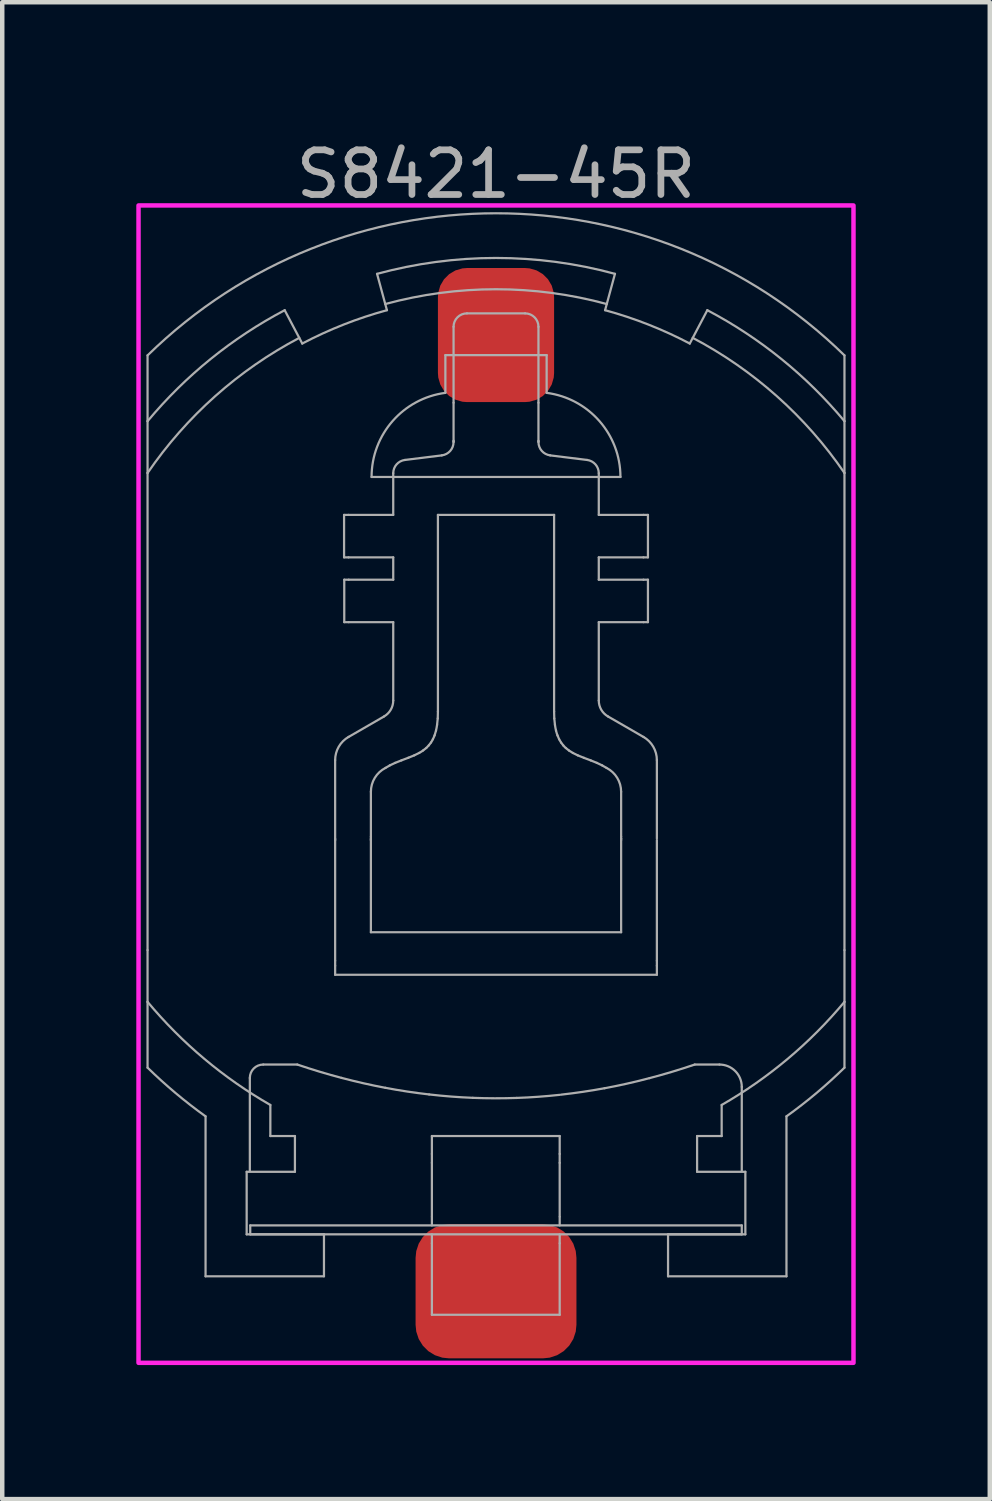
<source format=kicad_pcb>
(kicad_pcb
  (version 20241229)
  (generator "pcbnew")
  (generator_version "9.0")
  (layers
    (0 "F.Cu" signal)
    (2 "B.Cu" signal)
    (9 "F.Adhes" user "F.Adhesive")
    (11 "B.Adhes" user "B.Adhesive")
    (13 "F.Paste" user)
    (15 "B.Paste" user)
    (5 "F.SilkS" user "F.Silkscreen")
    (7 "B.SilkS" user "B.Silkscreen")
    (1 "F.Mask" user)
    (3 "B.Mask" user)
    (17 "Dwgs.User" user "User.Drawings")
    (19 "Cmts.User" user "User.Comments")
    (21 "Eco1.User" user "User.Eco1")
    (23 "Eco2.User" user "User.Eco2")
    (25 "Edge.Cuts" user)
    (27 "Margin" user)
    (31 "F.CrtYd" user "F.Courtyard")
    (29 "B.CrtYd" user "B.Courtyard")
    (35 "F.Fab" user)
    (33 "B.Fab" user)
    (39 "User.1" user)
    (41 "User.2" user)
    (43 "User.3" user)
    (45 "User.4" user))
  (footprint "S8421-45R"
    (layer "F.Cu")
    (at 8.05 12.948)
    (property "Reference" "S8421-45R" (at 0 -12.1 0) (unlocked yes) (layer "F.Fab") (effects (font (size 1 1) (thickness 0.15))))
    (attr smd)
    (fp_rect (start -8 14.5) (end 8 -11.4) (stroke (width 0.1) (type solid)) (fill no) (layer "F.CrtYd"))
    (fp_line (start -7.798 -8.045) (end -7.798 -6.573) (stroke (width 0.05) (type solid)) (layer "F.Fab"))
    (fp_line (start -7.798 -5.414) (end -7.798 -6.573) (stroke (width 0.05) (type solid)) (layer "F.Fab"))
    (fp_line (start -7.798 -5.414) (end -7.798 5.264) (stroke (width 0.05) (type solid)) (layer "F.Fab"))
    (fp_line (start -7.798 6.423) (end -7.798 5.264) (stroke (width 0.05) (type solid)) (layer "F.Fab"))
    (fp_line (start -7.798 6.423) (end -7.798 7.895) (stroke (width 0.05) (type solid)) (layer "F.Fab"))
    (fp_line (start -6.5 8.984) (end -6.5 12.564) (stroke (width 0.05) (type solid)) (layer "F.Fab"))
    (fp_line (start -6.5 12.564) (end -3.85 12.564) (stroke (width 0.05) (type solid)) (layer "F.Fab"))
    (fp_line (start -5.58 10.225) (end -5.58 11.625) (stroke (width 0.05) (type solid)) (layer "F.Fab"))
    (fp_line (start -5.58 11.625) (end -3.85 11.625) (stroke (width 0.05) (type solid)) (layer "F.Fab"))
    (fp_line (start -5.509 8.125) (end -5.509 10.2) (stroke (width 0.05) (type solid)) (layer "F.Fab"))
    (fp_line (start -5.5 11.425) (end -5.5 11.625) (stroke (width 0.05) (type solid)) (layer "F.Fab"))
    (fp_line (start -5.05 8.73) (end -5.05 9.425) (stroke (width 0.05) (type solid)) (layer "F.Fab"))
    (fp_line (start -5.05 9.425) (end -4.5 9.425) (stroke (width 0.05) (type solid)) (layer "F.Fab"))
    (fp_line (start -4.729 -9.056) (end -4.336 -8.31) (stroke (width 0.05) (type solid)) (layer "F.Fab"))
    (fp_line (start -4.5 9.425) (end -4.5 10.225) (stroke (width 0.05) (type solid)) (layer "F.Fab"))
    (fp_line (start -4.5 10.225) (end -5.58 10.225) (stroke (width 0.05) (type solid)) (layer "F.Fab"))
    (fp_line (start -4.447 7.825) (end -5.209 7.825) (stroke (width 0.05) (type solid)) (layer "F.Fab"))
    (fp_line (start -3.85 12.564) (end -3.85 11.625) (stroke (width 0.05) (type solid)) (layer "F.Fab"))
    (fp_line (start -3.6 1.013) (end -3.6 2.805) (stroke (width 0.05) (type solid)) (layer "F.Fab"))
    (fp_line (start -3.6 5.501) (end -3.6 2.773) (stroke (width 0.05) (type solid)) (layer "F.Fab"))
    (fp_line (start -3.6 5.614) (end -3.6 5.501) (stroke (width 0.05) (type solid)) (layer "F.Fab"))
    (fp_line (start -3.6 5.614) (end -3.6 5.816) (stroke (width 0.05) (type solid)) (layer "F.Fab"))
    (fp_line (start -3.4 -4.475) (end -3.4 -3.525) (stroke (width 0.05) (type solid)) (layer "F.Fab"))
    (fp_line (start -3.4 -4.475) (end -3.3 -4.475) (stroke (width 0.05) (type solid)) (layer "F.Fab"))
    (fp_line (start -3.396 -3.025) (end -3.396 -2.075) (stroke (width 0.05) (type solid)) (layer "F.Fab"))
    (fp_line (start -3.396 -3.025) (end -3.296 -3.025) (stroke (width 0.05) (type solid)) (layer "F.Fab"))
    (fp_line (start -3.3 -3.525) (end -3.4 -3.525) (stroke (width 0.05) (type solid)) (layer "F.Fab"))
    (fp_line (start -3.3 -3.525) (end -2.3 -3.525) (stroke (width 0.05) (type solid)) (layer "F.Fab"))
    (fp_line (start -3.296 -2.075) (end -3.396 -2.075) (stroke (width 0.05) (type solid)) (layer "F.Fab"))
    (fp_line (start -3.296 -2.075) (end -2.3 -2.075) (stroke (width 0.05) (type solid)) (layer "F.Fab"))
    (fp_line (start -2.8 2.727) (end -2.8 1.721) (stroke (width 0.05) (type solid)) (layer "F.Fab"))
    (fp_line (start -2.8 2.773) (end -2.8 4.864) (stroke (width 0.05) (type solid)) (layer "F.Fab"))
    (fp_line (start -2.8 2.805) (end -2.8 2.727) (stroke (width 0.05) (type solid)) (layer "F.Fab"))
    (fp_line (start -2.505 0.035) (end -3.3 0.494) (stroke (width 0.05) (type solid)) (layer "F.Fab"))
    (fp_line (start -2.441 -9.056) (end -2.662 -9.87) (stroke (width 0.05) (type solid)) (layer "F.Fab"))
    (fp_line (start -2.3 -5.407) (end -2.3 -4.475) (stroke (width 0.05) (type solid)) (layer "F.Fab"))
    (fp_line (start -2.3 -4.475) (end -3.3 -4.475) (stroke (width 0.05) (type solid)) (layer "F.Fab"))
    (fp_line (start -2.3 -3.525) (end -2.3 -3.025) (stroke (width 0.05) (type solid)) (layer "F.Fab"))
    (fp_line (start -2.3 -3.025) (end -3.296 -3.025) (stroke (width 0.05) (type solid)) (layer "F.Fab"))
    (fp_line (start -2.3 -2.075) (end -2.3 -0.32) (stroke (width 0.05) (type solid)) (layer "F.Fab"))
    (fp_line (start -1.435 9.825) (end -1.435 9.425) (stroke (width 0.05) (type solid)) (layer "F.Fab"))
    (fp_line (start -1.435 10.025) (end -1.435 9.825) (stroke (width 0.05) (type solid)) (layer "F.Fab"))
    (fp_line (start -1.435 11.225) (end -1.435 10.025) (stroke (width 0.05) (type solid)) (layer "F.Fab"))
    (fp_line (start -1.435 11.425) (end -1.435 11.236) (stroke (width 0.05) (type solid)) (layer "F.Fab"))
    (fp_line (start -1.435 11.825) (end -1.435 11.625) (stroke (width 0.05) (type solid)) (layer "F.Fab"))
    (fp_line (start -1.435 13.425) (end -1.435 11.825) (stroke (width 0.05) (type solid)) (layer "F.Fab"))
    (fp_line (start -1.3 -4.475) (end 1.3 -4.475) (stroke (width 0.05) (type solid)) (layer "F.Fab"))
    (fp_line (start -1.3 -0.075) (end -1.3 -4.475) (stroke (width 0.05) (type solid)) (layer "F.Fab"))
    (fp_line (start -1.213 -5.807) (end -2.037 -5.705) (stroke (width 0.05) (type solid)) (layer "F.Fab"))
    (fp_line (start -1.133 -8.051) (end 1.133 -8.051) (stroke (width 0.05) (type solid)) (layer "F.Fab"))
    (fp_line (start -1.133 -7.206) (end -1.133 -8.051) (stroke (width 0.05) (type solid)) (layer "F.Fab"))
    (fp_line (start -0.95 -6.986) (end -0.95 -8.685) (stroke (width 0.05) (type solid)) (layer "F.Fab"))
    (fp_line (start -0.95 -6.134) (end -0.95 -6.985) (stroke (width 0.05) (type solid)) (layer "F.Fab"))
    (fp_line (start -0.95 -6.134) (end -0.95 -6.122) (stroke (width 0.05) (type solid)) (layer "F.Fab"))
    (fp_line (start -0.95 -6.122) (end -0.95 -6.105) (stroke (width 0.05) (type solid)) (layer "F.Fab"))
    (fp_line (start -0.65 -8.985) (end 0.65 -8.985) (stroke (width 0.05) (type solid)) (layer "F.Fab"))
    (fp_line (start 0.95 -6.986) (end 0.95 -8.685) (stroke (width 0.05) (type solid)) (layer "F.Fab"))
    (fp_line (start 0.95 -6.134) (end 0.95 -6.985) (stroke (width 0.05) (type solid)) (layer "F.Fab"))
    (fp_line (start 0.95 -6.134) (end 0.95 -6.122) (stroke (width 0.05) (type solid)) (layer "F.Fab"))
    (fp_line (start 0.95 -6.122) (end 0.95 -6.105) (stroke (width 0.05) (type solid)) (layer "F.Fab"))
    (fp_line (start 1.133 -8.051) (end 1.133 -7.206) (stroke (width 0.05) (type solid)) (layer "F.Fab"))
    (fp_line (start 1.3 -4.475) (end 1.3 -0.075) (stroke (width 0.05) (type solid)) (layer "F.Fab"))
    (fp_line (start 1.425 9.425) (end -1.435 9.425) (stroke (width 0.05) (type solid)) (layer "F.Fab"))
    (fp_line (start 1.425 9.825) (end 1.425 9.425) (stroke (width 0.05) (type solid)) (layer "F.Fab"))
    (fp_line (start 1.425 10.025) (end 1.425 9.825) (stroke (width 0.05) (type solid)) (layer "F.Fab"))
    (fp_line (start 1.425 11.225) (end 1.425 10.025) (stroke (width 0.05) (type solid)) (layer "F.Fab"))
    (fp_line (start 1.425 11.425) (end 1.425 11.236) (stroke (width 0.05) (type solid)) (layer "F.Fab"))
    (fp_line (start 1.425 11.825) (end 1.425 11.625) (stroke (width 0.05) (type solid)) (layer "F.Fab"))
    (fp_line (start 1.425 11.825) (end 1.425 13.425) (stroke (width 0.05) (type solid)) (layer "F.Fab"))
    (fp_line (start 1.425 13.425) (end -1.435 13.425) (stroke (width 0.05) (type solid)) (layer "F.Fab"))
    (fp_line (start 2.037 -5.705) (end 1.213 -5.807) (stroke (width 0.05) (type solid)) (layer "F.Fab"))
    (fp_line (start 2.3 -4.475) (end 2.3 -5.407) (stroke (width 0.05) (type solid)) (layer "F.Fab"))
    (fp_line (start 2.3 -3.525) (end 3.3 -3.525) (stroke (width 0.05) (type solid)) (layer "F.Fab"))
    (fp_line (start 2.3 -3.025) (end 2.3 -3.525) (stroke (width 0.05) (type solid)) (layer "F.Fab"))
    (fp_line (start 2.3 -2.075) (end 3.3 -2.075) (stroke (width 0.05) (type solid)) (layer "F.Fab"))
    (fp_line (start 2.3 -0.32) (end 2.3 -2.075) (stroke (width 0.05) (type solid)) (layer "F.Fab"))
    (fp_line (start 2.662 -9.87) (end 2.441 -9.056) (stroke (width 0.05) (type solid)) (layer "F.Fab"))
    (fp_line (start 2.785 -5.324) (end -2.785 -5.324) (stroke (width 0.05) (type solid)) (layer "F.Fab"))
    (fp_line (start 2.8 1.721) (end 2.8 2.727) (stroke (width 0.05) (type solid)) (layer "F.Fab"))
    (fp_line (start 2.8 2.769) (end 2.8 2.727) (stroke (width 0.05) (type solid)) (layer "F.Fab"))
    (fp_line (start 2.8 2.776) (end 2.8 2.769) (stroke (width 0.05) (type solid)) (layer "F.Fab"))
    (fp_line (start 2.8 2.801) (end 2.8 2.776) (stroke (width 0.05) (type solid)) (layer "F.Fab"))
    (fp_line (start 2.8 2.801) (end 2.8 4.864) (stroke (width 0.05) (type solid)) (layer "F.Fab"))
    (fp_line (start 2.8 4.864) (end -2.8 4.864) (stroke (width 0.05) (type solid)) (layer "F.Fab"))
    (fp_line (start 3.3 -4.475) (end 2.3 -4.475) (stroke (width 0.05) (type solid)) (layer "F.Fab"))
    (fp_line (start 3.3 -4.475) (end 3.4 -4.475) (stroke (width 0.05) (type solid)) (layer "F.Fab"))
    (fp_line (start 3.3 -3.025) (end 2.3 -3.025) (stroke (width 0.05) (type solid)) (layer "F.Fab"))
    (fp_line (start 3.3 -3.025) (end 3.4 -3.025) (stroke (width 0.05) (type solid)) (layer "F.Fab"))
    (fp_line (start 3.3 0.494) (end 2.505 0.035) (stroke (width 0.05) (type solid)) (layer "F.Fab"))
    (fp_line (start 3.4 -4.475) (end 3.4 -3.525) (stroke (width 0.05) (type solid)) (layer "F.Fab"))
    (fp_line (start 3.4 -3.525) (end 3.3 -3.525) (stroke (width 0.05) (type solid)) (layer "F.Fab"))
    (fp_line (start 3.4 -3.025) (end 3.4 -2.075) (stroke (width 0.05) (type solid)) (layer "F.Fab"))
    (fp_line (start 3.4 -2.075) (end 3.3 -2.075) (stroke (width 0.05) (type solid)) (layer "F.Fab"))
    (fp_line (start 3.6 2.769) (end 3.6 1.013) (stroke (width 0.05) (type solid)) (layer "F.Fab"))
    (fp_line (start 3.6 2.801) (end 3.6 5.501) (stroke (width 0.05) (type solid)) (layer "F.Fab"))
    (fp_line (start 3.6 5.614) (end 3.6 5.501) (stroke (width 0.05) (type solid)) (layer "F.Fab"))
    (fp_line (start 3.6 5.614) (end 3.6 5.816) (stroke (width 0.05) (type solid)) (layer "F.Fab"))
    (fp_line (start 3.6 5.816) (end -3.6 5.816) (stroke (width 0.05) (type solid)) (layer "F.Fab"))
    (fp_line (start 3.85 11.625) (end 5.58 11.625) (stroke (width 0.05) (type solid)) (layer "F.Fab"))
    (fp_line (start 3.85 12.564) (end 3.85 11.625) (stroke (width 0.05) (type solid)) (layer "F.Fab"))
    (fp_line (start 3.85 12.564) (end 6.5 12.564) (stroke (width 0.05) (type solid)) (layer "F.Fab"))
    (fp_line (start 4.336 -8.31) (end 4.729 -9.056) (stroke (width 0.05) (type solid)) (layer "F.Fab"))
    (fp_line (start 4.5 9.425) (end 5.05 9.425) (stroke (width 0.05) (type solid)) (layer "F.Fab"))
    (fp_line (start 4.5 10.225) (end 4.5 9.425) (stroke (width 0.05) (type solid)) (layer "F.Fab"))
    (fp_line (start 5 7.825) (end 4.447 7.825) (stroke (width 0.05) (type solid)) (layer "F.Fab"))
    (fp_line (start 5.05 9.425) (end 5.05 8.73) (stroke (width 0.05) (type solid)) (layer "F.Fab"))
    (fp_line (start 5.5 10.2) (end 5.5 8.325) (stroke (width 0.05) (type solid)) (layer "F.Fab"))
    (fp_line (start 5.5 11.425) (end -5.5 11.425) (stroke (width 0.05) (type solid)) (layer "F.Fab"))
    (fp_line (start 5.5 11.425) (end 5.5 11.625) (stroke (width 0.05) (type solid)) (layer "F.Fab"))
    (fp_line (start 5.5 11.625) (end -5.5 11.625) (stroke (width 0.05) (type solid)) (layer "F.Fab"))
    (fp_line (start 5.58 10.225) (end 4.5 10.225) (stroke (width 0.05) (type solid)) (layer "F.Fab"))
    (fp_line (start 5.58 11.625) (end 5.58 10.225) (stroke (width 0.05) (type solid)) (layer "F.Fab"))
    (fp_line (start 6.5 12.564) (end 6.5 8.984) (stroke (width 0.05) (type solid)) (layer "F.Fab"))
    (fp_line (start 7.798 -6.573) (end 7.798 -8.045) (stroke (width 0.05) (type solid)) (layer "F.Fab"))
    (fp_line (start 7.798 -6.573) (end 7.798 -5.414) (stroke (width 0.05) (type solid)) (layer "F.Fab"))
    (fp_line (start 7.798 5.264) (end 7.798 -5.414) (stroke (width 0.05) (type solid)) (layer "F.Fab"))
    (fp_line (start 7.798 5.264) (end 7.798 6.423) (stroke (width 0.05) (type solid)) (layer "F.Fab"))
    (fp_line (start 7.798 7.895) (end 7.798 6.423) (stroke (width 0.05) (type solid)) (layer "F.Fab"))
    (fp_arc (start -7.797538 -8.045) (mid 0 -11.225) (end 7.797538 -8.045) (stroke (width 0.05) (type solid)) (layer "F.Fab"))
    (fp_arc (start -7.797538 -6.572761) (mid -6.385135 -7.965028) (end -4.728955 -9.056062) (stroke (width 0.05) (type solid)) (layer "F.Fab"))
    (fp_arc (start -7.797537 -5.413623) (mid -6.284655 -7.132307) (end -4.40282 -8.436678) (stroke (width 0.05) (type solid)) (layer "F.Fab"))
    (fp_arc (start -6.5 8.984387) (mid -7.16949 8.464374) (end -7.797538 7.895) (stroke (width 0.05) (type solid)) (layer "F.Fab"))
    (fp_arc (start -5.509058 8.125) (mid -5.42119 7.912868) (end -5.209058 7.825) (stroke (width 0.05) (type solid)) (layer "F.Fab"))
    (fp_arc (start -5.05 8.729544) (mid -6.526494 7.698505) (end -7.797538 6.422761) (stroke (width 0.05) (type solid)) (layer "F.Fab"))
    (fp_arc (start -4.3361 -8.309966) (mid -3.408868 -8.735026) (end -2.440688 -9.056062) (stroke (width 0.05) (type solid)) (layer "F.Fab"))
    (fp_arc (start -3.600001 1.013249) (mid -3.519616 0.713248) (end -3.3 0.493633) (stroke (width 0.05) (type solid)) (layer "F.Fab"))
    (fp_arc (start -2.799999 1.721183) (mid -2.711665 1.407818) (end -2.472674 1.186722) (stroke (width 0.05) (type solid)) (layer "F.Fab"))
    (fp_arc (start -2.784587 -5.32438) (mid -2.313154 -6.576331) (end -1.133039 -7.206378) (stroke (width 0.05) (type solid)) (layer "F.Fab"))
    (fp_arc (start -2.661818 -9.869755) (mid 0 -10.225) (end 2.661817 -9.869755) (stroke (width 0.05) (type solid)) (layer "F.Fab"))
    (fp_arc (start -2.478244 -9.194254) (mid 0 -9.524999) (end 2.478243 -9.194254) (stroke (width 0.05) (type solid)) (layer "F.Fab"))
    (fp_arc (start -2.3 -5.407352) (mid -2.224835 -5.60597) (end -2.037005 -5.70506) (stroke (width 0.05) (type solid)) (layer "F.Fab"))
    (fp_arc (start -2.3 -0.320429) (mid -2.35493 -0.11543) (end -2.505 0.03464) (stroke (width 0.05) (type solid)) (layer "F.Fab"))
    (fp_arc (start -0.95 -6.105198) (mid -1.025166 -5.906578) (end -1.212997 -5.807486) (stroke (width 0.05) (type solid)) (layer "F.Fab"))
    (fp_arc (start -0.949999 -8.685198) (mid -0.862131 -8.89733) (end -0.649999 -8.985198) (stroke (width 0.05) (type solid)) (layer "F.Fab"))
    (fp_arc (start 0.649999 -8.985198) (mid 0.862131 -8.89733) (end 0.949999 -8.685198) (stroke (width 0.05) (type solid)) (layer "F.Fab"))
    (fp_arc (start 1.133039 -7.206379) (mid 2.313155 -6.576332) (end 2.784588 -5.324381) (stroke (width 0.05) (type solid)) (layer "F.Fab"))
    (fp_arc (start 1.212997 -5.807485) (mid 1.025165 -5.906577) (end 0.949999 -6.105198) (stroke (width 0.05) (type solid)) (layer "F.Fab"))
    (fp_arc (start 2.037006 -5.70506) (mid 2.224835 -5.605969) (end 2.3 -5.407351) (stroke (width 0.05) (type solid)) (layer "F.Fab"))
    (fp_arc (start 2.440688 -9.056062) (mid 3.408868 -8.735026) (end 4.3361 -8.309966) (stroke (width 0.05) (type solid)) (layer "F.Fab"))
    (fp_arc (start 2.472674 1.186721) (mid 2.711666 1.407817) (end 2.8 1.721183) (stroke (width 0.05) (type solid)) (layer "F.Fab"))
    (fp_arc (start 2.504999 0.03464) (mid 2.354929 -0.11543) (end 2.3 -0.32043) (stroke (width 0.05) (type solid)) (layer "F.Fab"))
    (fp_arc (start 3.3 0.493634) (mid 3.519615 0.713249) (end 3.6 1.013249) (stroke (width 0.05) (type solid)) (layer "F.Fab"))
    (fp_arc (start 4.402821 -8.436678) (mid 6.284656 -7.132307) (end 7.797538 -5.413623) (stroke (width 0.05) (type solid)) (layer "F.Fab"))
    (fp_arc (start 4.728955 -9.056062) (mid 6.385135 -7.965028) (end 7.797538 -6.572761) (stroke (width 0.05) (type solid)) (layer "F.Fab"))
    (fp_arc (start 5 7.825) (mid 5.353553 7.971447) (end 5.5 8.325) (stroke (width 0.05) (type solid)) (layer "F.Fab"))
    (fp_arc (start 7.797537 7.895) (mid 7.169489 8.464374) (end 6.499999 8.984387) (stroke (width 0.05) (type solid)) (layer "F.Fab"))
    (fp_arc (start 7.797538 6.422761) (mid 6.526494 7.698505) (end 5.05 8.729544) (stroke (width 0.05) (type solid)) (layer "F.Fab"))
    (fp_curve (pts (xy -3.455 8.124) (xy -3.783 8.038) (xy -4.114 7.938) (xy -4.447 7.825)) (stroke (width 0.05) (type solid)) (layer "F.Fab"))
    (fp_curve (pts (xy -2.475 8.346) (xy -2.801 8.285) (xy -3.126 8.211) (xy -3.455 8.124)) (stroke (width 0.05) (type solid)) (layer "F.Fab"))
    (fp_curve (pts (xy -2.473 1.187) (xy -2.444 1.168) (xy -2.411 1.149) (xy -2.376 1.13)) (stroke (width 0.05) (type solid)) (layer "F.Fab"))
    (fp_curve (pts (xy -2.376 1.13) (xy -2.34 1.111) (xy -2.3 1.092) (xy -2.257 1.074)) (stroke (width 0.05) (type solid)) (layer "F.Fab"))
    (fp_curve (pts (xy -2.257 1.074) (xy -2.214 1.055) (xy -2.167 1.037) (xy -2.116 1.018)) (stroke (width 0.05) (type solid)) (layer "F.Fab"))
    (fp_curve (pts (xy -2.116 1.018) (xy -2.066 0.998) (xy -2.012 0.979) (xy -1.963 0.96)) (stroke (width 0.05) (type solid)) (layer "F.Fab"))
    (fp_curve (pts (xy -1.963 0.96) (xy -1.914 0.941) (xy -1.869 0.923) (xy -1.828 0.905)) (stroke (width 0.05) (type solid)) (layer "F.Fab"))
    (fp_curve (pts (xy -1.828 0.905) (xy -1.788 0.887) (xy -1.751 0.869) (xy -1.718 0.851)) (stroke (width 0.05) (type solid)) (layer "F.Fab"))
    (fp_curve (pts (xy -1.718 0.851) (xy -1.685 0.833) (xy -1.657 0.814) (xy -1.631 0.796)) (stroke (width 0.05) (type solid)) (layer "F.Fab"))
    (fp_curve (pts (xy -1.631 0.796) (xy -1.605 0.778) (xy -1.582 0.76) (xy -1.561 0.741)) (stroke (width 0.05) (type solid)) (layer "F.Fab"))
    (fp_curve (pts (xy -1.561 0.741) (xy -1.54 0.722) (xy -1.522 0.703) (xy -1.504 0.682)) (stroke (width 0.05) (type solid)) (layer "F.Fab"))
    (fp_curve (pts (xy -1.504 0.682) (xy -1.487 0.662) (xy -1.47 0.641) (xy -1.455 0.618)) (stroke (width 0.05) (type solid)) (layer "F.Fab"))
    (fp_curve (pts (xy -1.497 8.494) (xy -1.824 8.457) (xy -2.15 8.408) (xy -2.475 8.346)) (stroke (width 0.05) (type solid)) (layer "F.Fab"))
    (fp_curve (pts (xy -1.455 0.618) (xy -1.44 0.596) (xy -1.426 0.572) (xy -1.413 0.545)) (stroke (width 0.05) (type solid)) (layer "F.Fab"))
    (fp_curve (pts (xy -1.413 0.545) (xy -1.399 0.519) (xy -1.387 0.491) (xy -1.375 0.459)) (stroke (width 0.05) (type solid)) (layer "F.Fab"))
    (fp_curve (pts (xy -1.375 0.459) (xy -1.364 0.427) (xy -1.353 0.392) (xy -1.343 0.353)) (stroke (width 0.05) (type solid)) (layer "F.Fab"))
    (fp_curve (pts (xy -1.343 0.353) (xy -1.334 0.313) (xy -1.325 0.269) (xy -1.319 0.223)) (stroke (width 0.05) (type solid)) (layer "F.Fab"))
    (fp_curve (pts (xy -1.319 0.223) (xy -1.312 0.177) (xy -1.307 0.128) (xy -1.304 0.079)) (stroke (width 0.05) (type solid)) (layer "F.Fab"))
    (fp_curve (pts (xy -1.304 0.079) (xy -1.301 0.029) (xy -1.3 -0.022) (xy -1.3 -0.075)) (stroke (width 0.05) (type solid)) (layer "F.Fab"))
    (fp_curve (pts (xy -0.519 8.57) (xy -0.845 8.557) (xy -1.171 8.532) (xy -1.497 8.494)) (stroke (width 0.05) (type solid)) (layer "F.Fab"))
    (fp_curve (pts (xy 0.465 8.572) (xy 0.136 8.584) (xy -0.192 8.583) (xy -0.519 8.57)) (stroke (width 0.05) (type solid)) (layer "F.Fab"))
    (fp_curve (pts (xy 1.3 -0.075) (xy 1.3 -0.022) (xy 1.301 0.029) (xy 1.304 0.079)) (stroke (width 0.05) (type solid)) (layer "F.Fab"))
    (fp_curve (pts (xy 1.304 0.079) (xy 1.307 0.129) (xy 1.312 0.177) (xy 1.319 0.223)) (stroke (width 0.05) (type solid)) (layer "F.Fab"))
    (fp_curve (pts (xy 1.319 0.223) (xy 1.325 0.27) (xy 1.334 0.314) (xy 1.343 0.353)) (stroke (width 0.05) (type solid)) (layer "F.Fab"))
    (fp_curve (pts (xy 1.343 0.353) (xy 1.353 0.393) (xy 1.364 0.428) (xy 1.376 0.46)) (stroke (width 0.05) (type solid)) (layer "F.Fab"))
    (fp_curve (pts (xy 1.376 0.46) (xy 1.387 0.491) (xy 1.4 0.52) (xy 1.413 0.546)) (stroke (width 0.05) (type solid)) (layer "F.Fab"))
    (fp_curve (pts (xy 1.413 0.546) (xy 1.426 0.572) (xy 1.44 0.596) (xy 1.456 0.619)) (stroke (width 0.05) (type solid)) (layer "F.Fab"))
    (fp_curve (pts (xy 1.425 8.503) (xy 1.104 8.538) (xy 0.783 8.561) (xy 0.465 8.572)) (stroke (width 0.05) (type solid)) (layer "F.Fab"))
    (fp_curve (pts (xy 1.456 0.619) (xy 1.471 0.642) (xy 1.487 0.663) (xy 1.505 0.683)) (stroke (width 0.05) (type solid)) (layer "F.Fab"))
    (fp_curve (pts (xy 1.505 0.683) (xy 1.522 0.703) (xy 1.541 0.723) (xy 1.562 0.741)) (stroke (width 0.05) (type solid)) (layer "F.Fab"))
    (fp_curve (pts (xy 1.562 0.741) (xy 1.583 0.76) (xy 1.606 0.779) (xy 1.632 0.797)) (stroke (width 0.05) (type solid)) (layer "F.Fab"))
    (fp_curve (pts (xy 1.632 0.797) (xy 1.658 0.815) (xy 1.687 0.833) (xy 1.72 0.852)) (stroke (width 0.05) (type solid)) (layer "F.Fab"))
    (fp_curve (pts (xy 1.72 0.852) (xy 1.753 0.87) (xy 1.789 0.888) (xy 1.83 0.906)) (stroke (width 0.05) (type solid)) (layer "F.Fab"))
    (fp_curve (pts (xy 1.83 0.906) (xy 1.872 0.924) (xy 1.918 0.942) (xy 1.967 0.961)) (stroke (width 0.05) (type solid)) (layer "F.Fab"))
    (fp_curve (pts (xy 1.967 0.961) (xy 2.017 0.98) (xy 2.069 0.999) (xy 2.118 1.018)) (stroke (width 0.05) (type solid)) (layer "F.Fab"))
    (fp_curve (pts (xy 2.118 1.018) (xy 2.167 1.037) (xy 2.214 1.055) (xy 2.257 1.074)) (stroke (width 0.05) (type solid)) (layer "F.Fab"))
    (fp_curve (pts (xy 2.257 1.074) (xy 2.3 1.092) (xy 2.339 1.111) (xy 2.375 1.13)) (stroke (width 0.05) (type solid)) (layer "F.Fab"))
    (fp_curve (pts (xy 2.375 1.13) (xy 2.411 1.149) (xy 2.444 1.168) (xy 2.473 1.187)) (stroke (width 0.05) (type solid)) (layer "F.Fab"))
    (fp_curve (pts (xy 2.43 8.355) (xy 2.105 8.415) (xy 1.78 8.463) (xy 1.455 8.499)) (stroke (width 0.05) (type solid)) (layer "F.Fab"))
    (fp_curve (pts (xy 3.436 8.129) (xy 3.1 8.218) (xy 2.765 8.293) (xy 2.43 8.355)) (stroke (width 0.05) (type solid)) (layer "F.Fab"))
    (fp_curve (pts (xy 4.447 7.825) (xy 4.109 7.94) (xy 3.772 8.041) (xy 3.436 8.129)) (stroke (width 0.05) (type solid)) (layer "F.Fab"))
    (pad "1" smd roundrect (at 0 12.9) (size 3.6 3) (layers "F.Cu" "F.Mask" "F.Paste") (roundrect_rratio 0.25))
    (pad "2" smd roundrect (at 0 -8.5) (size 2.6 3) (layers "F.Cu" "F.Mask" "F.Paste") (roundrect_rratio 0.25)))
  (gr_rect
    (start -3 -3)
    (end 19.1 30.498)
    (stroke (width 0.1) (type default))
    (fill no)
    (layer "Edge.Cuts")))
</source>
